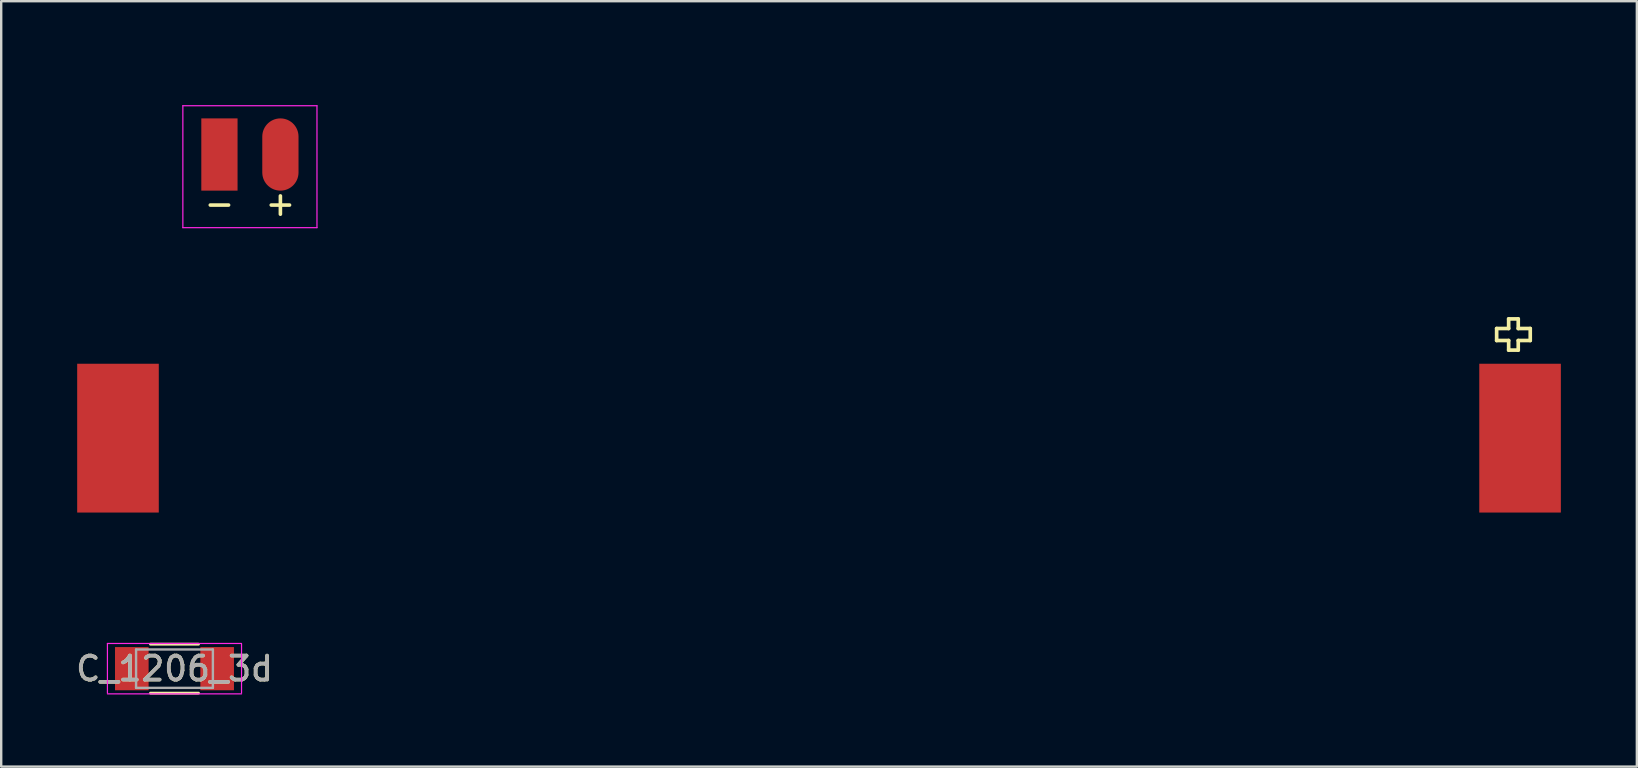
<source format=kicad_pcb>
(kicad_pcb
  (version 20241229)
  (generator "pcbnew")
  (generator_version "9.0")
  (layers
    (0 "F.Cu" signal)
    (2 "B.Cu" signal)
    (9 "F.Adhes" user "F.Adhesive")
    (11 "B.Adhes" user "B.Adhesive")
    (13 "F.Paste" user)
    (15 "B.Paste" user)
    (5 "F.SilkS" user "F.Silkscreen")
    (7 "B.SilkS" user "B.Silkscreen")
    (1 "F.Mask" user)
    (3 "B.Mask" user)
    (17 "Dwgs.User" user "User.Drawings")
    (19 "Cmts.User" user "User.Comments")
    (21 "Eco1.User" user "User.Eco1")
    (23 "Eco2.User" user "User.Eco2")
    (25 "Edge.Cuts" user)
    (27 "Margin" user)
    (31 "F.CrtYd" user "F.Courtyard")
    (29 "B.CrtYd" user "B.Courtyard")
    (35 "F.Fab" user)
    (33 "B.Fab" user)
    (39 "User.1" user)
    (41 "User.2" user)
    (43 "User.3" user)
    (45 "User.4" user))
  (footprint "Bat_connector_SMD"
    (layer "F.Cu")
    (at 6.093 3.388)
    (property "Reference" "Bat_connector_SMD" (at 1.27 -2.54 180) (layer "Eco2.User") (effects (font (size 1 1) (thickness 0.15))))
    (attr through_hole)
    (fp_line (start -1.27 -1.778) (end -1.27 2.794) (stroke (width 0.12) (type solid)) (layer "Eco2.User"))
    (fp_line (start -1.27 -1.778) (end 3.81 -1.778) (stroke (width 0.12) (type solid)) (layer "Eco2.User"))
    (fp_line (start 3.81 -1.778) (end 3.81 2.794) (stroke (width 0.12) (type solid)) (layer "Eco2.User"))
    (fp_line (start 3.81 2.794) (end -1.27 2.794) (stroke (width 0.12) (type solid)) (layer "Eco2.User"))
    (fp_line (start -1.524 -2.032) (end -1.524 3.048) (stroke (width 0.05) (type solid)) (layer "F.CrtYd"))
    (fp_line (start -1.524 -2.032) (end 4.064 -2.032) (stroke (width 0.05) (type solid)) (layer "F.CrtYd"))
    (fp_line (start 4.064 3.048) (end -1.524 3.048) (stroke (width 0.05) (type solid)) (layer "F.CrtYd"))
    (fp_line (start 4.064 3.048) (end 4.064 -2.032) (stroke (width 0.05) (type solid)) (layer "F.CrtYd"))
    (fp_text user "-" (at 0 2.032 180) (layer "F.SilkS") (effects (font (size 1 1) (thickness 0.15))))
    (fp_text user "+" (at 2.54 2.032 180) (layer "F.SilkS") (effects (font (size 1 1) (thickness 0.15))))
    (pad "1" smd rect (at 0 0) (size 1.51 3.01) (layers "F.Cu" "F.Mask" "F.Paste"))
    (pad "2" smd oval (at 2.54 0) (size 1.51 3.01) (layers "F.Cu" "F.Mask" "F.Paste")))
  (footprint "C_1206_3d"
    (layer "F.Cu")
    (at 4.22 24.811)
    (property "Reference" "C_1206_3d" (at 0 0 180) (layer "F.SilkS") (effects (font (size 1 1) (thickness 0.15))))
    (attr smd)
    (fp_line (start -1 1.02) (end 1 1.02) (stroke (width 0.12) (type solid)) (layer "F.SilkS"))
    (fp_line (start 1 -1.02) (end -1 -1.02) (stroke (width 0.12) (type solid)) (layer "F.SilkS"))
    (fp_line (start -2.794 -1.05) (end -2.794 1.016) (stroke (width 0.05) (type solid)) (layer "F.CrtYd"))
    (fp_line (start -2.794 -1.05) (end 2.794 -1.05) (stroke (width 0.05) (type solid)) (layer "F.CrtYd"))
    (fp_line (start 2.794 1.016) (end 2.794 -1.016) (stroke (width 0.05) (type solid)) (layer "F.CrtYd"))
    (fp_line (start 2.794 1.05) (end -2.794 1.05) (stroke (width 0.05) (type solid)) (layer "F.CrtYd"))
    (fp_line (start -1.6 -0.8) (end 1.6 -0.8) (stroke (width 0.1) (type solid)) (layer "F.Fab"))
    (fp_line (start -1.6 0.8) (end -1.6 -0.8) (stroke (width 0.1) (type solid)) (layer "F.Fab"))
    (fp_line (start 1.6 -0.8) (end 1.6 0.8) (stroke (width 0.1) (type solid)) (layer "F.Fab"))
    (fp_line (start 1.6 0.8) (end -1.6 0.8) (stroke (width 0.1) (type solid)) (layer "F.Fab"))
    (fp_text user "${REFERENCE}" (at 0 0 180) (layer "F.Fab") (effects (font (size 1 1) (thickness 0.15))))
    (pad "1" smd rect (at -1.778 0) (size 1.4 1.8) (layers "F.Cu" "F.Mask" "F.Paste"))
    (pad "2" smd rect (at 1.778 0) (size 1.4 1.8) (layers "F.Cu" "F.Mask" "F.Paste")))
  (footprint "BAT_Holder_AAA-new_noHole"
    (layer "F.Cu")
    (at 31.076 15.322)
    (property "Reference" "BAT_Holder_AAA-new_noHole" (at 0 -3.81 0) (layer "Eco2.User") (effects (font (size 1 1) (thickness 0.15))))
    (attr through_hole)
    (fp_line (start 28.234 -4.184) (end 28.234 -4.684) (stroke (width 0.152) (type solid)) (layer "F.SilkS"))
    (fp_line (start 28.234 -4.184) (end 28.734 -4.184) (stroke (width 0.152) (type solid)) (layer "F.SilkS"))
    (fp_line (start 28.734 -5.084) (end 29.134 -5.084) (stroke (width 0.152) (type solid)) (layer "F.SilkS"))
    (fp_line (start 28.734 -4.684) (end 28.234 -4.684) (stroke (width 0.152) (type solid)) (layer "F.SilkS"))
    (fp_line (start 28.734 -4.684) (end 28.734 -5.084) (stroke (width 0.152) (type solid)) (layer "F.SilkS"))
    (fp_line (start 28.734 -3.784) (end 28.734 -4.184) (stroke (width 0.152) (type solid)) (layer "F.SilkS"))
    (fp_line (start 29.134 -5.084) (end 29.134 -4.684) (stroke (width 0.152) (type solid)) (layer "F.SilkS"))
    (fp_line (start 29.134 -4.684) (end 29.634 -4.684) (stroke (width 0.152) (type solid)) (layer "F.SilkS"))
    (fp_line (start 29.134 -4.184) (end 29.134 -3.784) (stroke (width 0.152) (type solid)) (layer "F.SilkS"))
    (fp_line (start 29.134 -3.784) (end 28.734 -3.784) (stroke (width 0.152) (type solid)) (layer "F.SilkS"))
    (fp_line (start 29.634 -4.684) (end 29.634 -4.184) (stroke (width 0.152) (type solid)) (layer "F.SilkS"))
    (fp_line (start 29.634 -4.184) (end 29.134 -4.184) (stroke (width 0.152) (type solid)) (layer "F.SilkS"))
    (fp_line (start -27.18 -5.786) (end -27.178 5.334) (stroke (width 0.15) (type solid)) (layer "Eco2.User"))
    (fp_line (start -27.18 -5.786) (end 27.18 -5.786) (stroke (width 0.15) (type solid)) (layer "Eco2.User"))
    (fp_line (start -27.18 5.334) (end 27.18 5.334) (stroke (width 0.15) (type solid)) (layer "Eco2.User"))
    (fp_line (start 27.178 5.334) (end 27.18 -5.786) (stroke (width 0.15) (type solid)) (layer "Eco2.User"))
    (fp_line (start 31 -0.116) (end -31 -0.116) (stroke (width 0.152) (type solid)) (layer "Eco2.User"))
    (pad "1" smd rect (at 29.21 -0.116) (size 3.4 6.2) (layers "F.Cu" "F.Mask" "F.Paste"))
    (pad "2" smd rect (at -29.21 -0.116) (size 3.4 6.2) (layers "F.Cu" "F.Mask" "F.Paste")))
  (gr_rect
    (start -3 -3)
    (end 65.152 28.891)
    (stroke (width 0.1) (type default))
    (fill no)
    (layer "Edge.Cuts")))
</source>
